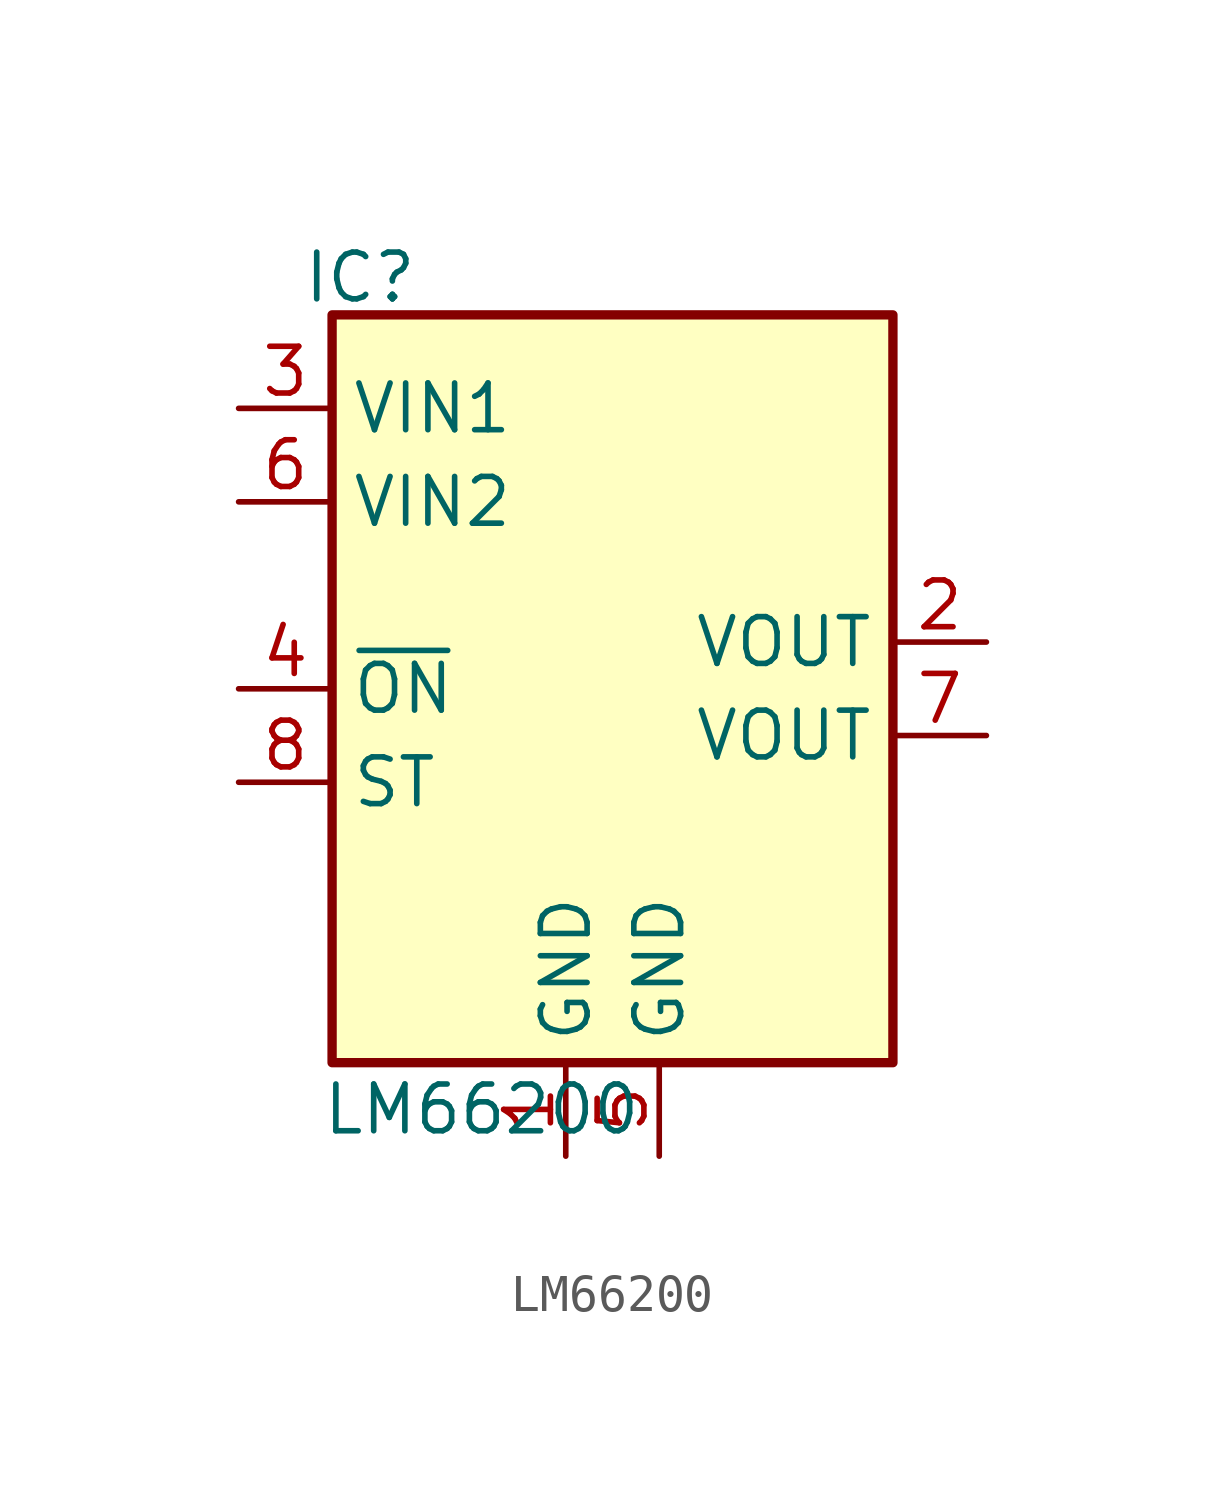
<source format=kicad_sym>
(kicad_symbol_lib
  (version 20231120)
  (generator "kicad_symbol_editor")
  (generator_version "8.0")
  (symbol "LM66200"
    (property "Reference" "IC"
      (at -6.858 11.176 0)
      (effects (font (size 1.27 1.27))))
    (property "Value" "LM66200"
      (at -3.556 -11.43 0)
      (effects (font (size 1.27 1.27))))
    (symbol "LM66200_1_1"
      (rectangle (start -7.62 10.16) (end 7.62 -10.16) (stroke (width 0.254) (type default)) (fill (type background)))
      (pin power_in line (at -1.27 -12.7 90) (length 2.54) (name "GND" (effects (font (size 1.27 1.27)))) (number "1" (effects (font (size 1.27 1.27)))))
      (pin power_in line (at 10.16 1.27 180) (length 2.54) (name "VOUT" (effects (font (size 1.27 1.27)))) (number "2" (effects (font (size 1.27 1.27)))))
      (pin input line (at -10.16 7.62 0) (length 2.54) (name "VIN1" (effects (font (size 1.27 1.27)))) (number "3" (effects (font (size 1.27 1.27)))))
      (pin input line (at -10.16 0 0) (length 2.54) (name "~{ON}" (effects (font (size 1.27 1.27)))) (number "4" (effects (font (size 1.27 1.27)))))
      (pin power_in line (at 1.27 -12.7 90) (length 2.54) (name "GND" (effects (font (size 1.27 1.27)))) (number "5" (effects (font (size 1.27 1.27)))))
      (pin input line (at -10.16 5.08 0) (length 2.54) (name "VIN2" (effects (font (size 1.27 1.27)))) (number "6" (effects (font (size 1.27 1.27)))))
      (pin power_in line (at 10.16 -1.27 180) (length 2.54) (name "VOUT" (effects (font (size 1.27 1.27)))) (number "7" (effects (font (size 1.27 1.27)))))
      (pin output line (at -10.16 -2.54 0) (length 2.54) (name "ST" (effects (font (size 1.27 1.27)))) (number "8" (effects (font (size 1.27 1.27))))))))
</source>
